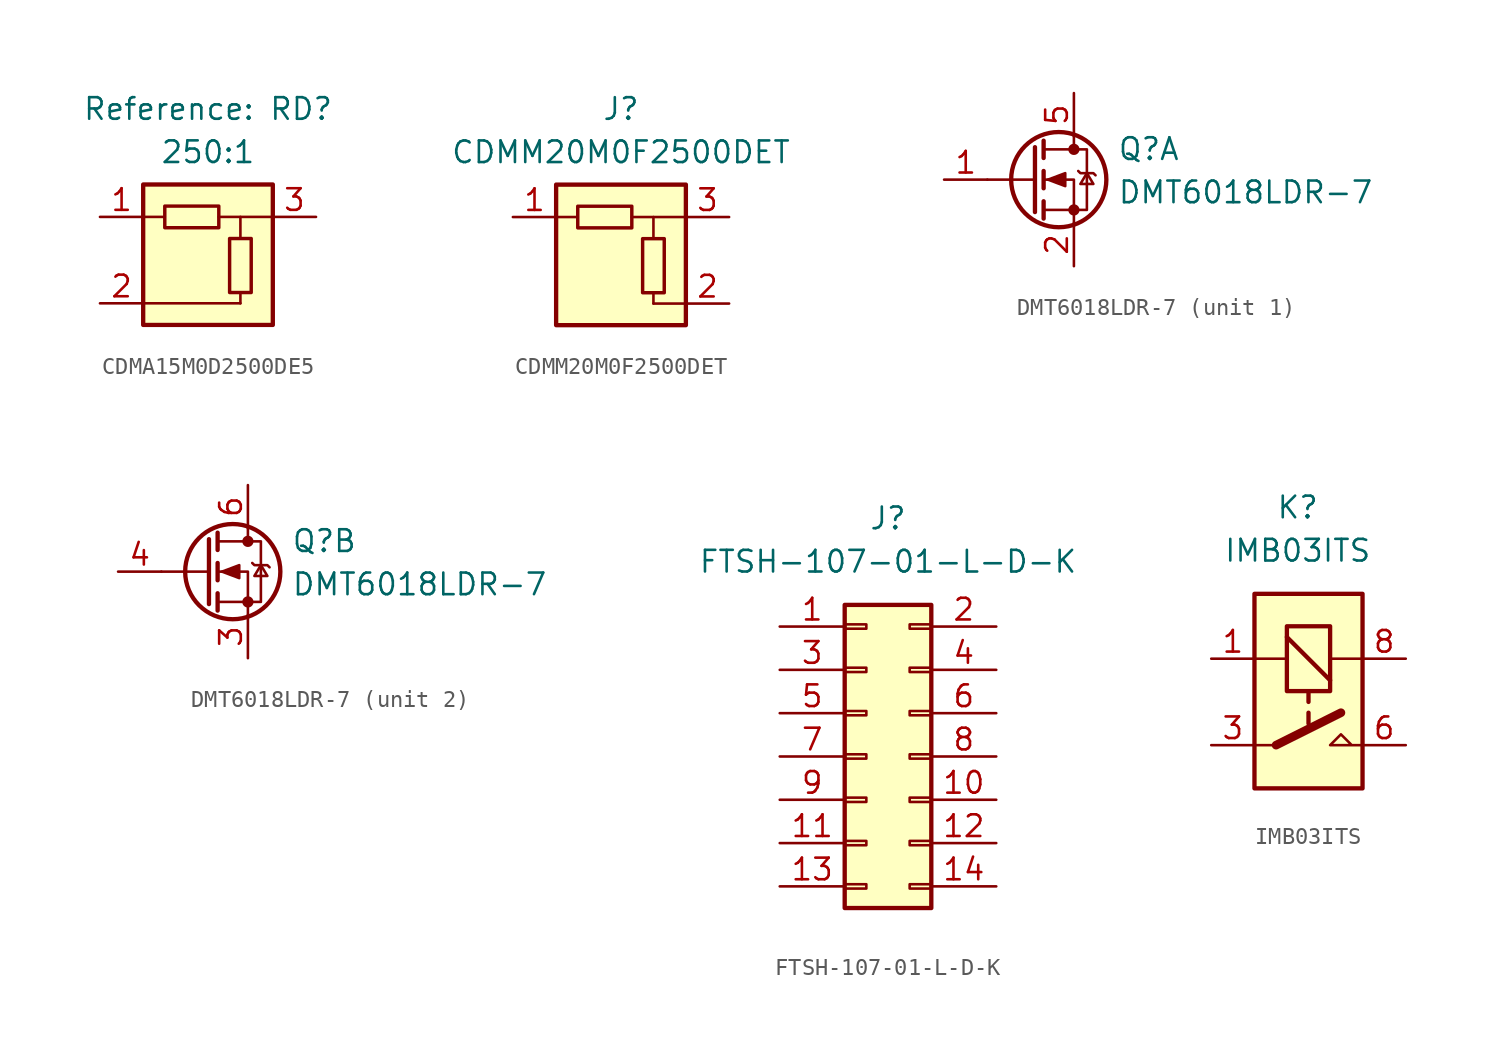
<source format=kicad_sym>
(kicad_symbol_lib
  (version 20231120)
  (generator "kicad_symbol_editor")
  (generator_version "8.0")
  (symbol "CDMA15M0D2500DE5"
    (property "Reference" "RD"
      (at 0 8.89 0)
      (show_name)
      (effects (font (size 1.27 1.27))))
    (property "Value" "250:1"
      (at 0 6.35 0)
      (effects (font (size 1.27 1.27))))
    (symbol "CDMA15M0D2500DE5_0_1"
      (rectangle (start -2.54 3.175) (end 0.635 1.905) (stroke (width 0.203) (type default)) (fill (type none)))
      (polyline (pts (xy 1.905 -2.54) (xy -3.81 -2.54)) (stroke (width 0) (type default)) (fill (type none)))
      (polyline (pts (xy 1.905 2.54) (xy 3.81 2.54)) (stroke (width 0) (type default)) (fill (type none)))
      (polyline (pts (xy 0.635 2.54) (xy 1.905 2.54) (xy 1.905 1.27)) (stroke (width 0) (type default)) (fill (type none)))
      (rectangle (start 1.27 1.27) (end 2.54 -1.905) (stroke (width 0.203) (type default)) (fill (type none))))
    (symbol "CDMA15M0D2500DE5_1_1"
      (rectangle (start -3.81 4.445) (end 3.81 -3.81) (stroke (width 0.254) (type default)) (fill (type background)))
      (polyline (pts (xy -2.54 2.54) (xy -3.81 2.54)) (stroke (width 0) (type default)) (fill (type none)))
      (polyline (pts (xy 1.905 -1.905) (xy 1.905 -2.54)) (stroke (width 0) (type default)) (fill (type none)))
      (pin power_in line (at -6.35 2.54 0) (length 2.54) (name "~" (effects (font (size 1.27 1.27)))) (number "1" (effects (font (size 1.27 1.27)))))
      (pin power_out line (at -6.35 -2.54 0) (length 2.54) (name "~" (effects (font (size 1.27 1.27)))) (number "2" (effects (font (size 1.27 1.27)))))
      (pin output line (at 6.35 2.54 180) (length 2.54) (name "~" (effects (font (size 1.27 1.27)))) (number "3" (effects (font (size 1.27 1.27)))))))
  (symbol "CDMM20M0F2500DET"
    (property "Reference" "J"
      (at 0 8.89 0)
      (effects (font (size 1.27 1.27))))
    (property "Value" "CDMM20M0F2500DET"
      (at 0 6.35 0)
      (effects (font (size 1.27 1.27))))
    (symbol "CDMM20M0F2500DET_0_1"
      (rectangle (start -2.54 3.175) (end 0.635 1.905) (stroke (width 0.203) (type default)) (fill (type none)))
      (polyline (pts (xy 1.905 -2.54) (xy 3.81 -2.54)) (stroke (width 0) (type default)) (fill (type none)))
      (polyline (pts (xy 1.905 2.54) (xy 3.81 2.54)) (stroke (width 0) (type default)) (fill (type none)))
      (polyline (pts (xy 0.635 2.54) (xy 1.905 2.54) (xy 1.905 1.27)) (stroke (width 0) (type default)) (fill (type none)))
      (rectangle (start 1.27 1.27) (end 2.54 -1.905) (stroke (width 0.203) (type default)) (fill (type none))))
    (symbol "CDMM20M0F2500DET_1_1"
      (rectangle (start -3.81 4.445) (end 3.81 -3.81) (stroke (width 0.254) (type default)) (fill (type background)))
      (polyline (pts (xy -2.54 2.54) (xy -3.81 2.54)) (stroke (width 0) (type default)) (fill (type none)))
      (polyline (pts (xy 1.905 -1.905) (xy 1.905 -2.54)) (stroke (width 0) (type default)) (fill (type none)))
      (pin power_in line (at -6.35 2.54 0) (length 2.54) (name "~" (effects (font (size 1.27 1.27)))) (number "1" (effects (font (size 1.27 1.27)))))
      (pin power_out line (at 6.35 -2.54 180) (length 2.54) (name "~" (effects (font (size 1.27 1.27)))) (number "2" (effects (font (size 1.27 1.27)))))
      (pin output line (at 6.35 2.54 180) (length 2.54) (name "~" (effects (font (size 1.27 1.27)))) (number "3" (effects (font (size 1.27 1.27)))))))
  (symbol "DMT6018LDR-7"
    (pin_names hide)
    (property "Reference" "Q"
      (at 2.54 2.54 0)
      (effects (font (size 1.27 1.27)) (justify left top)))
    (property "Value" "DMT6018LDR-7"
      (at 2.54 0 0)
      (effects (font (size 1.27 1.27)) (justify left top)))
    (symbol "DMT6018LDR-7_0_1"
      (circle (center -0.889 0) (radius 2.794) (stroke (width 0.254) (type default)) (fill (type none)))
      (circle (center 0 -1.778) (radius 0.254) (stroke (width 0) (type default)) (fill (type outline)))
      (polyline (pts (xy -2.286 0) (xy -5.08 0)) (stroke (width 0) (type default)) (fill (type none)))
      (polyline (pts (xy -2.286 1.905) (xy -2.286 -1.905)) (stroke (width 0.254) (type default)) (fill (type none)))
      (polyline (pts (xy -1.778 -1.27) (xy -1.778 -2.286)) (stroke (width 0.254) (type default)) (fill (type none)))
      (polyline (pts (xy -1.778 0.508) (xy -1.778 -0.508)) (stroke (width 0.254) (type default)) (fill (type none)))
      (polyline (pts (xy -1.778 2.286) (xy -1.778 1.27)) (stroke (width 0.254) (type default)) (fill (type none)))
      (polyline (pts (xy 0 2.54) (xy 0 1.778)) (stroke (width 0) (type default)) (fill (type none)))
      (polyline (pts (xy 0 -2.54) (xy 0 0) (xy -1.778 0)) (stroke (width 0) (type default)) (fill (type none)))
      (polyline (pts (xy -1.778 -1.778) (xy 0.762 -1.778) (xy 0.762 1.778) (xy -1.778 1.778)) (stroke (width 0) (type default)) (fill (type none)))
      (polyline (pts (xy -1.524 0) (xy -0.508 0.381) (xy -0.508 -0.381) (xy -1.524 0)) (stroke (width 0) (type default)) (fill (type outline)))
      (polyline (pts (xy 0.254 0.508) (xy 0.381 0.381) (xy 1.143 0.381) (xy 1.27 0.254)) (stroke (width 0) (type default)) (fill (type none)))
      (polyline (pts (xy 0.762 0.381) (xy 0.381 -0.254) (xy 1.143 -0.254) (xy 0.762 0.381)) (stroke (width 0) (type default)) (fill (type none)))
      (circle (center 0 1.778) (radius 0.254) (stroke (width 0) (type default)) (fill (type outline))))
    (symbol "DMT6018LDR-7_1_1"
      (pin passive line (at -7.62 0 0) (length 2.54) (name "G1" (effects (font (size 1.27 1.27)))) (number "1" (effects (font (size 1.27 1.27)))))
      (pin passive line (at 0 -5.08 90) (length 2.54) (name "S1" (effects (font (size 1.27 1.27)))) (number "2" (effects (font (size 1.27 1.27)))))
      (pin passive line (at 0 5.08 270) (length 2.54) (name "D1" (effects (font (size 1.27 1.27)))) (number "5" (effects (font (size 1.27 1.27))))))
    (symbol "DMT6018LDR-7_2_1"
      (pin passive line (at 0 -5.08 90) (length 2.54) (name "S2" (effects (font (size 1.27 1.27)))) (number "3" (effects (font (size 1.27 1.27)))))
      (pin passive line (at -7.62 0 0) (length 2.54) (name "G2" (effects (font (size 1.27 1.27)))) (number "4" (effects (font (size 1.27 1.27)))))
      (pin passive line (at 0 5.08 270) (length 2.54) (name "D2" (effects (font (size 1.27 1.27)))) (number "6" (effects (font (size 1.27 1.27)))))))
  (symbol "FTSH-107-01-L-D-K"
    (pin_names hide)
    (property "Reference" "J"
      (at 0 13.97 0)
      (effects (font (size 1.27 1.27))))
    (property "Value" "FTSH-107-01-L-D-K"
      (at 0 11.43 0)
      (effects (font (size 1.27 1.27))))
    (symbol "FTSH-107-01-L-D-K_1_1"
      (rectangle (start -2.54 -7.493) (end -1.27 -7.747) (stroke (width 0.152) (type default)) (fill (type none)))
      (rectangle (start -2.54 -4.953) (end -1.27 -5.207) (stroke (width 0.152) (type default)) (fill (type none)))
      (rectangle (start -2.54 -2.413) (end -1.27 -2.667) (stroke (width 0.152) (type default)) (fill (type none)))
      (rectangle (start -2.54 0.127) (end -1.27 -0.127) (stroke (width 0.152) (type default)) (fill (type none)))
      (rectangle (start -2.54 2.667) (end -1.27 2.413) (stroke (width 0.152) (type default)) (fill (type none)))
      (rectangle (start -2.54 5.207) (end -1.27 4.953) (stroke (width 0.152) (type default)) (fill (type none)))
      (rectangle (start -2.54 7.747) (end -1.27 7.493) (stroke (width 0.152) (type default)) (fill (type none)))
      (rectangle (start -2.54 8.89) (end 2.54 -8.89) (stroke (width 0.254) (type default)) (fill (type background)))
      (rectangle (start 2.54 -7.493) (end 1.27 -7.747) (stroke (width 0.152) (type default)) (fill (type none)))
      (rectangle (start 2.54 -4.953) (end 1.27 -5.207) (stroke (width 0.152) (type default)) (fill (type none)))
      (rectangle (start 2.54 -2.413) (end 1.27 -2.667) (stroke (width 0.152) (type default)) (fill (type none)))
      (rectangle (start 2.54 0.127) (end 1.27 -0.127) (stroke (width 0.152) (type default)) (fill (type none)))
      (rectangle (start 2.54 2.667) (end 1.27 2.413) (stroke (width 0.152) (type default)) (fill (type none)))
      (rectangle (start 2.54 5.207) (end 1.27 4.953) (stroke (width 0.152) (type default)) (fill (type none)))
      (rectangle (start 2.54 7.747) (end 1.27 7.493) (stroke (width 0.152) (type default)) (fill (type none)))
      (pin passive line (at -6.35 7.62 0) (length 3.81) (name "Pin_1" (effects (font (size 1.27 1.27)))) (number "1" (effects (font (size 1.27 1.27)))))
      (pin passive line (at 6.35 -2.54 180) (length 3.81) (name "Pin_10" (effects (font (size 1.27 1.27)))) (number "10" (effects (font (size 1.27 1.27)))))
      (pin passive line (at -6.35 -5.08 0) (length 3.81) (name "Pin_11" (effects (font (size 1.27 1.27)))) (number "11" (effects (font (size 1.27 1.27)))))
      (pin passive line (at 6.35 -5.08 180) (length 3.81) (name "Pin_12" (effects (font (size 1.27 1.27)))) (number "12" (effects (font (size 1.27 1.27)))))
      (pin passive line (at -6.35 -7.62 0) (length 3.81) (name "Pin_13" (effects (font (size 1.27 1.27)))) (number "13" (effects (font (size 1.27 1.27)))))
      (pin passive line (at 6.35 -7.62 180) (length 3.81) (name "Pin_14" (effects (font (size 1.27 1.27)))) (number "14" (effects (font (size 1.27 1.27)))))
      (pin passive line (at 6.35 7.62 180) (length 3.81) (name "Pin_2" (effects (font (size 1.27 1.27)))) (number "2" (effects (font (size 1.27 1.27)))))
      (pin passive line (at -6.35 5.08 0) (length 3.81) (name "Pin_3" (effects (font (size 1.27 1.27)))) (number "3" (effects (font (size 1.27 1.27)))))
      (pin passive line (at 6.35 5.08 180) (length 3.81) (name "Pin_4" (effects (font (size 1.27 1.27)))) (number "4" (effects (font (size 1.27 1.27)))))
      (pin passive line (at -6.35 2.54 0) (length 3.81) (name "Pin_5" (effects (font (size 1.27 1.27)))) (number "5" (effects (font (size 1.27 1.27)))))
      (pin passive line (at 6.35 2.54 180) (length 3.81) (name "Pin_6" (effects (font (size 1.27 1.27)))) (number "6" (effects (font (size 1.27 1.27)))))
      (pin passive line (at -6.35 0 0) (length 3.81) (name "Pin_7" (effects (font (size 1.27 1.27)))) (number "7" (effects (font (size 1.27 1.27)))))
      (pin passive line (at 6.35 0 180) (length 3.81) (name "Pin_8" (effects (font (size 1.27 1.27)))) (number "8" (effects (font (size 1.27 1.27)))))
      (pin passive line (at -6.35 -2.54 0) (length 3.81) (name "Pin_9" (effects (font (size 1.27 1.27)))) (number "9" (effects (font (size 1.27 1.27)))))))
  (symbol "IMB03ITS"
    (pin_names hide)
    (property "Reference" "K"
      (at -1.27 11.43 0)
      (effects (font (size 1.27 1.27))))
    (property "Value" "IMB03ITS"
      (at -1.27 8.89 0)
      (effects (font (size 1.27 1.27))))
    (symbol "IMB03ITS_0_0"
      (polyline (pts (xy 2.54 -2.54) (xy 0.635 -2.54) (xy 1.27 -1.905) (xy 1.905 -2.54)) (stroke (width 0) (type default)) (fill (type none))))
    (symbol "IMB03ITS_0_1"
      (rectangle (start -3.81 6.35) (end 2.54 -5.08) (stroke (width 0.254) (type default)) (fill (type background)))
      (rectangle (start -1.905 4.445) (end 0.635 0.635) (stroke (width 0.254) (type default)) (fill (type none)))
      (polyline (pts (xy -2.54 -2.54) (xy -3.81 -2.54)) (stroke (width 0) (type default)) (fill (type none)))
      (polyline (pts (xy -2.54 -2.54) (xy 1.27 -0.635)) (stroke (width 0.508) (type default)) (fill (type none)))
      (polyline (pts (xy -1.905 2.54) (xy -3.81 2.54)) (stroke (width 0) (type default)) (fill (type none)))
      (polyline (pts (xy -1.905 3.81) (xy 0.635 1.27)) (stroke (width 0.254) (type default)) (fill (type none)))
      (polyline (pts (xy -0.635 -0.635) (xy -0.635 -1.27)) (stroke (width 0.254) (type default)) (fill (type none)))
      (polyline (pts (xy -0.635 0.635) (xy -0.635 0)) (stroke (width 0.254) (type default)) (fill (type none)))
      (polyline (pts (xy 2.54 2.54) (xy 0.635 2.54)) (stroke (width 0) (type default)) (fill (type none))))
    (symbol "IMB03ITS_1_1"
      (pin passive line (at -6.35 2.54 0) (length 2.54) (name "COIL_1" (effects (font (size 1.27 1.27)))) (number "1" (effects (font (size 1.27 1.27)))))
      (pin passive line (at -6.35 -2.54 0) (length 2.54) (name "COM" (effects (font (size 1.27 1.27)))) (number "3" (effects (font (size 1.27 1.27)))))
      (pin passive line (at 5.08 -2.54 180) (length 2.54) (name "NO" (effects (font (size 1.27 1.27)))) (number "6" (effects (font (size 1.27 1.27)))))
      (pin passive line (at 5.08 2.54 180) (length 2.54) (name "COIL_2" (effects (font (size 1.27 1.27)))) (number "8" (effects (font (size 1.27 1.27))))))))
</source>
